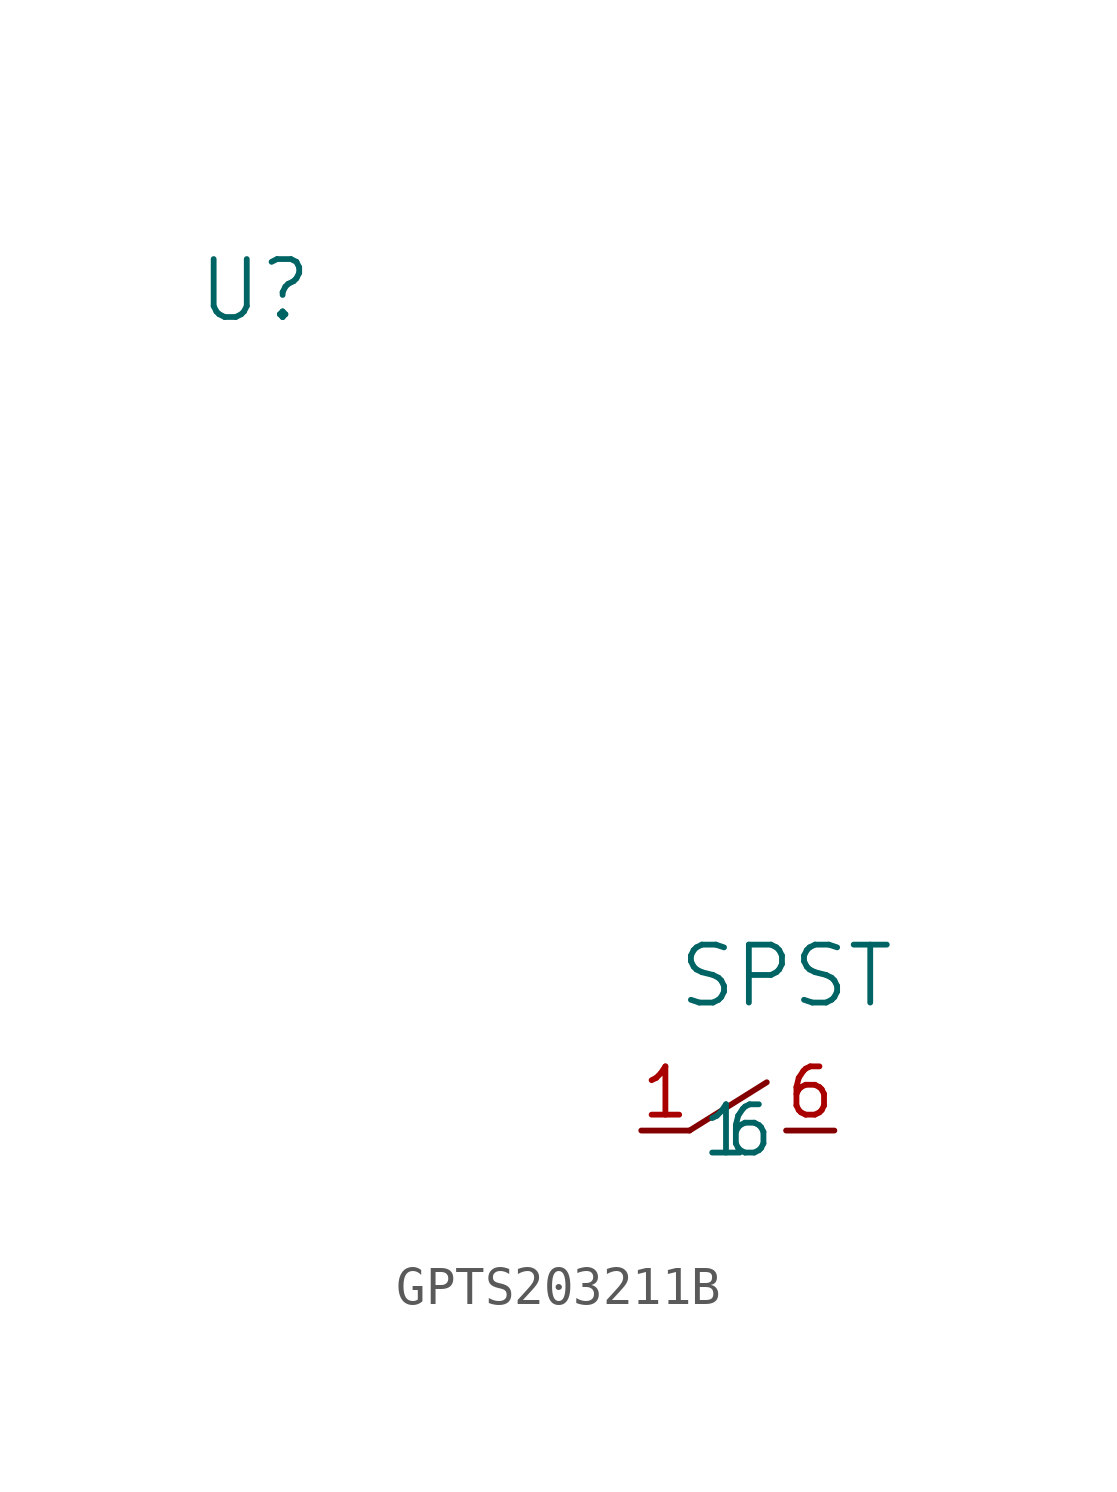
<source format=kicad_sym>
(kicad_symbol_lib
  (version 20231120)
  (generator "kicad_symbol_editor")
  (generator_version "8.0")
  (symbol "GPTS203211B"
    (pin_names
      (offset 0.254))
    (property "Reference" "U"
      (at -3.81 22.098 0)
      (effects (font (size 1.524 1.524))))
    (property "Value" "SPST"
      (at 10.16 4.064 0)
      (effects (font (size 1.524 1.524))))
    (property "ki_locked" ""
      (at 0 0 0)
      (effects (font (size 1.27 1.27))))
    (symbol "GPTS203211B_1_1"
      (polyline (pts (xy 7.62 0) (xy 9.652 1.27)) (stroke (width 0) (type default)) (fill (type none)))
      (pin bidirectional line (at 6.35 0 0) (length 1.27) (name "1" (effects (font (size 1.27 1.27)))) (number "1" (effects (font (size 1.27 1.27)))))
      (pin bidirectional line (at 11.43 0 180) (length 1.27) (name "6" (effects (font (size 1.27 1.27)))) (number "6" (effects (font (size 1.27 1.27))))))))
</source>
